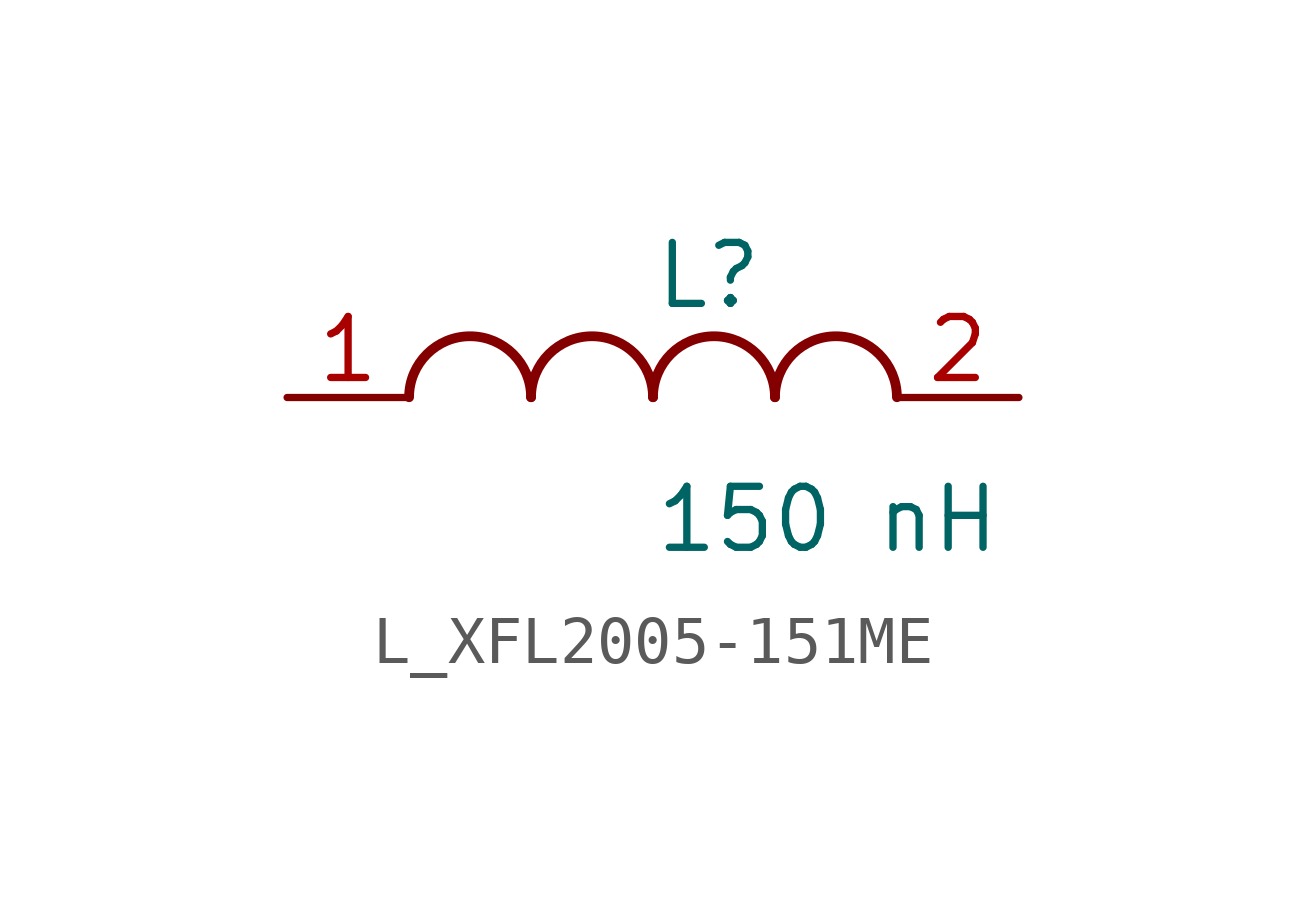
<source format=kicad_sym>
(kicad_symbol_lib
  (version 20231120)
  (generator kicad_symbol_editor)
  (generator_version 8.0)
  (symbol "L_XFL2005-151ME"
    (pin_names
      (offset 0.254))
    (property "Reference" "L"
      (at 0 2.54 0)
      (effects (font (size 1.27 1.27)) (justify left)))
    (property "Value" "150 nH"
      (at 0 -2.54 0)
      (effects (font (size 1.27 1.27)) (justify left)))
    (symbol "L_XFL2005-151ME_1_1"
      (arc (start -2.54 0.0056) (mid -3.81 1.27) (end -5.08 0.0056) (stroke (width 0.2032) (type default)) (fill (type none)))
      (arc (start 0 0.0056) (mid -1.27 1.27) (end -2.54 0.0056) (stroke (width 0.2032) (type default)) (fill (type none)))
      (arc (start 2.54 0.0056) (mid 1.27 1.27) (end 0 0.0056) (stroke (width 0.2032) (type default)) (fill (type none)))
      (arc (start 5.08 0.0056) (mid 3.81 1.27) (end 2.54 0.0056) (stroke (width 0.2032) (type default)) (fill (type none)))
      (pin unspecified line (at -7.62 0 0) (length 2.54) (name "" (effects (font (size 1.27 1.27)))) (number "1" (effects (font (size 1.27 1.27)))))
      (pin unspecified line (at 7.62 0 180) (length 2.54) (name "" (effects (font (size 1.27 1.27)))) (number "2" (effects (font (size 1.27 1.27))))))))
</source>
